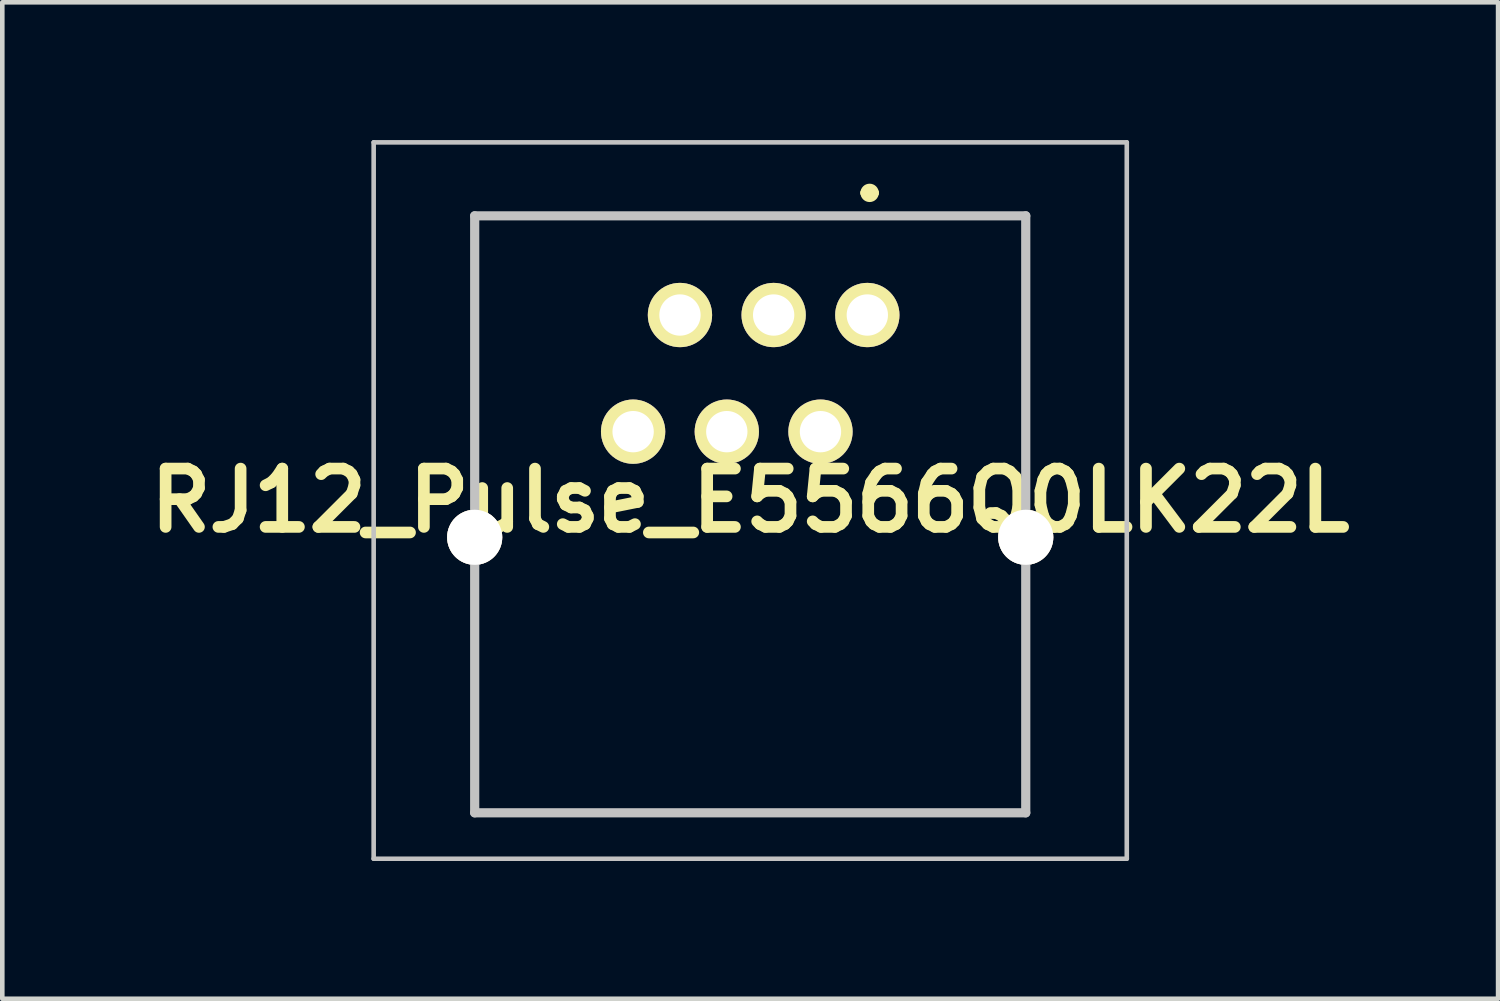
<source format=kicad_pcb>
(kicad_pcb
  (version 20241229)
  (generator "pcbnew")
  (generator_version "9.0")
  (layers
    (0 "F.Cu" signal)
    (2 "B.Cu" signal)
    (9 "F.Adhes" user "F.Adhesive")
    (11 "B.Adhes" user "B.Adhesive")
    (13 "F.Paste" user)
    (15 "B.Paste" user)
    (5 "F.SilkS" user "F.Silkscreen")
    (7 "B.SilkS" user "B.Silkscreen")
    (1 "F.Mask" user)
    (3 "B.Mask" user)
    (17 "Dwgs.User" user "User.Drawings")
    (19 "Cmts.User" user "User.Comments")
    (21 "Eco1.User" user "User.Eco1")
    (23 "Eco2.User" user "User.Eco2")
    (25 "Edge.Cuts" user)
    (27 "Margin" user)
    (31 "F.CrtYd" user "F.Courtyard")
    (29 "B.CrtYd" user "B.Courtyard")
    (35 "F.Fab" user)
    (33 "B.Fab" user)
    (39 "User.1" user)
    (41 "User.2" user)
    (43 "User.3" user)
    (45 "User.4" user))
  (footprint "RJ12_Pulse_E5566Q0LK22L"
    (layer "F.Cu")
    (at 13.287 7.85)
    (property "Reference" "RJ12_Pulse_E5566Q0LK22L" (at 0 0 0) (layer "F.SilkS") (effects (font (size 1.27 1.27) (thickness 0.254))))
    (attr through_hole)
    (fp_line (start -6 -6.2) (end 6 -6.2) (stroke (width 0.1) (type solid)) (layer "F.SilkS"))
    (fp_line (start -6 -1.2) (end -6 -6.2) (stroke (width 0.1) (type solid)) (layer "F.SilkS"))
    (fp_line (start -6 2.8) (end -6 6.8) (stroke (width 0.1) (type solid)) (layer "F.SilkS"))
    (fp_line (start -6 6.8) (end 6 6.8) (stroke (width 0.1) (type solid)) (layer "F.SilkS"))
    (fp_line (start 2.5 -6.7) (end 2.5 -6.7) (stroke (width 0.2) (type solid)) (layer "F.SilkS"))
    (fp_line (start 2.7 -6.7) (end 2.7 -6.7) (stroke (width 0.2) (type solid)) (layer "F.SilkS"))
    (fp_line (start 6 -6.2) (end 6 -1.2) (stroke (width 0.1) (type solid)) (layer "F.SilkS"))
    (fp_line (start 6 6.8) (end 6 2.8) (stroke (width 0.1) (type solid)) (layer "F.SilkS"))
    (fp_arc (start 2.5 -6.7) (mid 2.6 -6.8) (end 2.7 -6.7) (stroke (width 0.2) (type solid)) (layer "F.SilkS"))
    (fp_arc (start 2.7 -6.7) (mid 2.6 -6.6) (end 2.5 -6.7) (stroke (width 0.2) (type solid)) (layer "F.SilkS"))
    (fp_line (start -8.2 -7.8) (end 8.2 -7.8) (stroke (width 0.1) (type solid)) (layer "Dwgs.User"))
    (fp_line (start -8.2 7.8) (end -8.2 -7.8) (stroke (width 0.1) (type solid)) (layer "Dwgs.User"))
    (fp_line (start -6 -6.2) (end 6 -6.2) (stroke (width 0.2) (type solid)) (layer "Dwgs.User"))
    (fp_line (start -6 6.8) (end -6 -6.2) (stroke (width 0.2) (type solid)) (layer "Dwgs.User"))
    (fp_line (start 6 -6.2) (end 6 6.8) (stroke (width 0.2) (type solid)) (layer "Dwgs.User"))
    (fp_line (start 6 6.8) (end -6 6.8) (stroke (width 0.2) (type solid)) (layer "Dwgs.User"))
    (fp_line (start 8.2 -7.8) (end 8.2 7.8) (stroke (width 0.1) (type solid)) (layer "Dwgs.User"))
    (fp_line (start 8.2 7.8) (end -8.2 7.8) (stroke (width 0.1) (type solid)) (layer "Dwgs.User"))
    (pad "1" thru_hole circle (at 2.55 -4.04 90) (size 1.4 1.4) (drill 0.9) (layers "*.Cu" "*.Mask" "F.SilkS"))
    (pad "2" thru_hole circle (at 1.53 -1.5 90) (size 1.4 1.4) (drill 0.9) (layers "*.Cu" "*.Mask" "F.SilkS"))
    (pad "3" thru_hole circle (at 0.51 -4.04 90) (size 1.4 1.4) (drill 0.9) (layers "*.Cu" "*.Mask" "F.SilkS"))
    (pad "4" thru_hole circle (at -0.51 -1.5 90) (size 1.4 1.4) (drill 0.9) (layers "*.Cu" "*.Mask" "F.SilkS"))
    (pad "5" thru_hole circle (at -1.53 -4.04 90) (size 1.4 1.4) (drill 0.9) (layers "*.Cu" "*.Mask" "F.SilkS"))
    (pad "6" thru_hole circle (at -2.55 -1.5 90) (size 1.4 1.4) (drill 0.9) (layers "*.Cu" "*.Mask" "F.SilkS"))
    (pad "7" thru_hole circle (at -6 0.8 90) (size 1.2 1.2) (drill 2.4) (layers "*.Cu" "*.Mask" "F.SilkS"))
    (pad "8" thru_hole circle (at 6 0.8 90) (size 1.2 1.2) (drill 2.4) (layers "*.Cu" "*.Mask" "F.SilkS")))
  (gr_rect
    (start -3 -3)
    (end 29.573 18.7)
    (stroke (width 0.1) (type default))
    (fill no)
    (layer "Edge.Cuts")))
</source>
